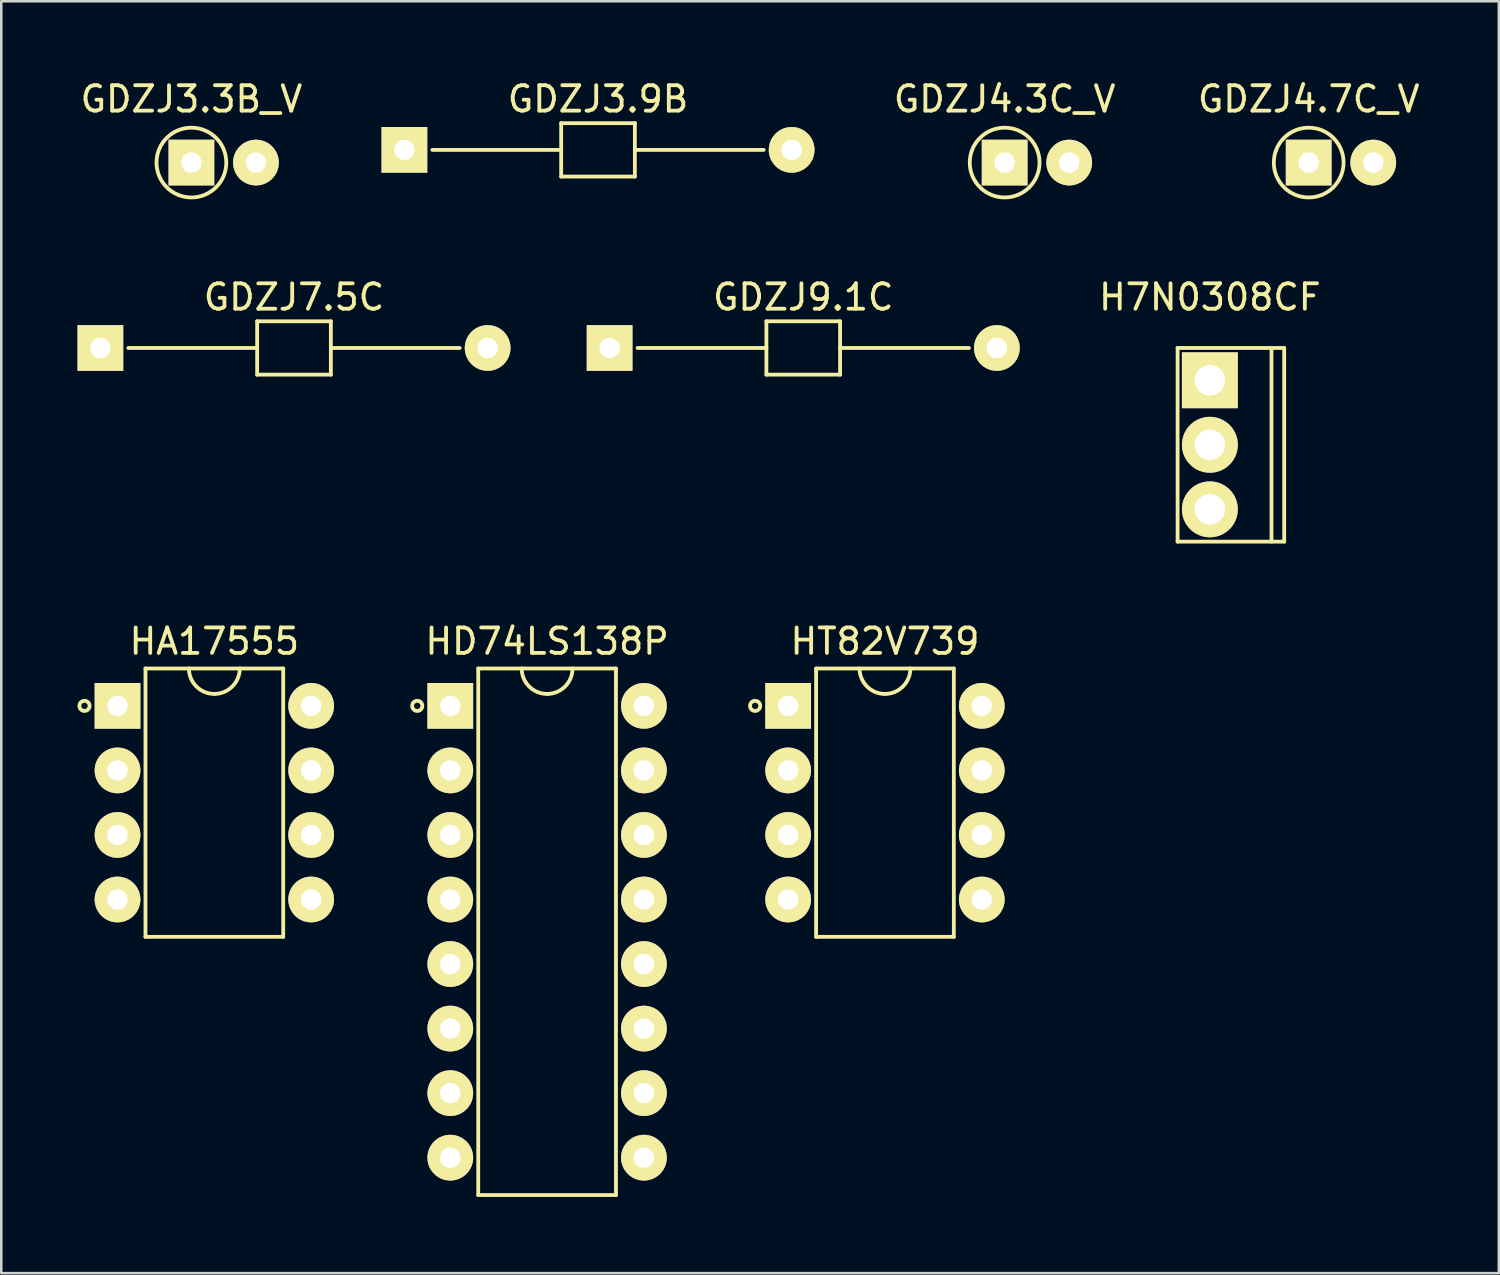
<source format=kicad_pcb>
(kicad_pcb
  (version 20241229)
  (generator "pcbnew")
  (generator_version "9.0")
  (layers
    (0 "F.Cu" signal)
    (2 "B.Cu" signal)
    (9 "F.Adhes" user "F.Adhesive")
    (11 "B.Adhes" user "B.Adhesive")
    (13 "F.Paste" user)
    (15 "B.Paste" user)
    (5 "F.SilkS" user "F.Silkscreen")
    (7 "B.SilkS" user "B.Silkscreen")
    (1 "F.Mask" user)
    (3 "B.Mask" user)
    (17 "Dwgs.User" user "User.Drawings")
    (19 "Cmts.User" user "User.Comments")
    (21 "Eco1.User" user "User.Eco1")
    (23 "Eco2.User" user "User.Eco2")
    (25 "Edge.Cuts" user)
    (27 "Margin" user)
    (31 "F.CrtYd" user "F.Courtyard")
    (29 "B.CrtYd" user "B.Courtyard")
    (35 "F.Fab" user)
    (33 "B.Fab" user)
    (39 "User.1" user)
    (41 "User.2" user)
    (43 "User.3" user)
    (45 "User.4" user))
  (footprint "H7N0308CF"
    (layer "F.Cu")
    (at 44.562 11.914)
    (property "Reference" "H7N0308CF" (at 0 -3.27 0) (layer "F.SilkS") (effects (font (size 1 1) (thickness 0.15))))
    (attr through_hole)
    (fp_line (start -1.27 -1.27) (end -1.27 6.35) (stroke (width 0.15) (type solid)) (layer "F.SilkS"))
    (fp_line (start -1.27 -1.27) (end 2.925 -1.27) (stroke (width 0.15) (type solid)) (layer "F.SilkS"))
    (fp_line (start -1.27 6.35) (end 2.925 6.35) (stroke (width 0.15) (type solid)) (layer "F.SilkS"))
    (fp_line (start 2.425 -1.27) (end 2.425 6.35) (stroke (width 0.15) (type solid)) (layer "F.SilkS"))
    (fp_line (start 2.925 -1.27) (end 2.925 6.35) (stroke (width 0.15) (type solid)) (layer "F.SilkS"))
    (pad "1" thru_hole rect (at 0 0) (size 2.2 2.2) (drill 1.2) (layers "*.Cu" "*.Mask" "F.SilkS"))
    (pad "2" thru_hole circle (at 0 2.54) (size 2.2 2.2) (drill 1.2) (layers "*.Cu" "*.Mask" "F.SilkS"))
    (pad "3" thru_hole circle (at 0 5.08) (size 2.2 2.2) (drill 1.2) (layers "*.Cu" "*.Mask" "F.SilkS")))
  (footprint "GDZJ4.3C_V"
    (layer "F.Cu")
    (at 36.486 3.348)
    (property "Reference" "GDZJ4.3C_V" (at 0 -2.5 0) (layer "F.SilkS") (effects (font (size 1 1) (thickness 0.15))))
    (attr through_hole)
    (fp_circle (center 0 0) (end 0 -1.373) (stroke (width 0.15) (type solid)) (fill no) (layer "F.SilkS"))
    (pad "1" thru_hole rect (at 0 0) (size 1.8 1.8) (drill 0.8) (layers "*.Cu" "*.Mask" "F.SilkS"))
    (pad "2" thru_hole circle (at 2.54 0) (size 1.8 1.8) (drill 0.8) (layers "*.Cu" "*.Mask" "F.SilkS")))
  (footprint "HT82V739"
    (layer "F.Cu")
    (at 27.966 24.728)
    (property "Reference" "HT82V739" (at 3.81 -2.54 0) (layer "F.SilkS") (effects (font (size 1 1) (thickness 0.15))))
    (attr through_hole)
    (fp_line (start 1.1 -1.47) (end 6.52 -1.47) (stroke (width 0.15) (type solid)) (layer "F.SilkS"))
    (fp_line (start 1.1 9.09) (end 1.1 -1.47) (stroke (width 0.15) (type solid)) (layer "F.SilkS"))
    (fp_line (start 6.52 -1.47) (end 6.52 9.09) (stroke (width 0.15) (type solid)) (layer "F.SilkS"))
    (fp_line (start 6.52 9.09) (end 1.1 9.09) (stroke (width 0.15) (type solid)) (layer "F.SilkS"))
    (fp_arc (start 3.81 -0.47) (mid 3.102893 -0.762893) (end 2.81 -1.47) (stroke (width 0.15) (type solid)) (layer "F.SilkS"))
    (fp_arc (start 4.81 -1.47) (mid 4.517107 -0.762893) (end 3.81 -0.47) (stroke (width 0.15) (type solid)) (layer "F.SilkS"))
    (fp_circle (center -1.3 0) (end -1.3 0.2) (stroke (width 0.15) (type solid)) (fill no) (layer "F.SilkS"))
    (pad "1" thru_hole rect (at 0 0) (size 1.8 1.8) (drill 0.8) (layers "*.Cu" "*.Mask" "F.SilkS"))
    (pad "2" thru_hole circle (at 0 2.54) (size 1.8 1.8) (drill 0.8) (layers "*.Cu" "*.Mask" "F.SilkS"))
    (pad "3" thru_hole circle (at 0 5.08) (size 1.8 1.8) (drill 0.8) (layers "*.Cu" "*.Mask" "F.SilkS"))
    (pad "4" thru_hole circle (at 0 7.62) (size 1.8 1.8) (drill 0.8) (layers "*.Cu" "*.Mask" "F.SilkS"))
    (pad "5" thru_hole circle (at 7.62 7.62) (size 1.8 1.8) (drill 0.8) (layers "*.Cu" "*.Mask" "F.SilkS"))
    (pad "6" thru_hole circle (at 7.62 5.08) (size 1.8 1.8) (drill 0.8) (layers "*.Cu" "*.Mask" "F.SilkS"))
    (pad "7" thru_hole circle (at 7.62 2.54) (size 1.8 1.8) (drill 0.8) (layers "*.Cu" "*.Mask" "F.SilkS"))
    (pad "8" thru_hole circle (at 7.62 0) (size 1.8 1.8) (drill 0.8) (layers "*.Cu" "*.Mask" "F.SilkS")))
  (footprint "HA17555"
    (layer "F.Cu")
    (at 1.575 24.728)
    (property "Reference" "HA17555" (at 3.81 -2.54 0) (layer "F.SilkS") (effects (font (size 1 1) (thickness 0.15))))
    (attr through_hole)
    (fp_line (start 1.1 -1.47) (end 6.52 -1.47) (stroke (width 0.15) (type solid)) (layer "F.SilkS"))
    (fp_line (start 1.1 9.09) (end 1.1 -1.47) (stroke (width 0.15) (type solid)) (layer "F.SilkS"))
    (fp_line (start 6.52 -1.47) (end 6.52 9.09) (stroke (width 0.15) (type solid)) (layer "F.SilkS"))
    (fp_line (start 6.52 9.09) (end 1.1 9.09) (stroke (width 0.15) (type solid)) (layer "F.SilkS"))
    (fp_arc (start 3.81 -0.47) (mid 3.102893 -0.762893) (end 2.81 -1.47) (stroke (width 0.15) (type solid)) (layer "F.SilkS"))
    (fp_arc (start 4.81 -1.47) (mid 4.517107 -0.762893) (end 3.81 -0.47) (stroke (width 0.15) (type solid)) (layer "F.SilkS"))
    (fp_circle (center -1.3 0) (end -1.3 0.2) (stroke (width 0.15) (type solid)) (fill no) (layer "F.SilkS"))
    (pad "1" thru_hole rect (at 0 0) (size 1.8 1.8) (drill 0.8) (layers "*.Cu" "*.Mask" "F.SilkS"))
    (pad "2" thru_hole circle (at 0 2.54) (size 1.8 1.8) (drill 0.8) (layers "*.Cu" "*.Mask" "F.SilkS"))
    (pad "3" thru_hole circle (at 0 5.08) (size 1.8 1.8) (drill 0.8) (layers "*.Cu" "*.Mask" "F.SilkS"))
    (pad "4" thru_hole circle (at 0 7.62) (size 1.8 1.8) (drill 0.8) (layers "*.Cu" "*.Mask" "F.SilkS"))
    (pad "5" thru_hole circle (at 7.62 7.62) (size 1.8 1.8) (drill 0.8) (layers "*.Cu" "*.Mask" "F.SilkS"))
    (pad "6" thru_hole circle (at 7.62 5.08) (size 1.8 1.8) (drill 0.8) (layers "*.Cu" "*.Mask" "F.SilkS"))
    (pad "7" thru_hole circle (at 7.62 2.54) (size 1.8 1.8) (drill 0.8) (layers "*.Cu" "*.Mask" "F.SilkS"))
    (pad "8" thru_hole circle (at 7.62 0) (size 1.8 1.8) (drill 0.8) (layers "*.Cu" "*.Mask" "F.SilkS")))
  (footprint "GDZJ4.7C_V"
    (layer "F.Cu")
    (at 48.451 3.348)
    (property "Reference" "GDZJ4.7C_V" (at 0 -2.5 0) (layer "F.SilkS") (effects (font (size 1 1) (thickness 0.15))))
    (attr through_hole)
    (fp_circle (center 0 0) (end 0 -1.373) (stroke (width 0.15) (type solid)) (fill no) (layer "F.SilkS"))
    (pad "1" thru_hole rect (at 0 0) (size 1.8 1.8) (drill 0.8) (layers "*.Cu" "*.Mask" "F.SilkS"))
    (pad "2" thru_hole circle (at 2.54 0) (size 1.8 1.8) (drill 0.8) (layers "*.Cu" "*.Mask" "F.SilkS")))
  (footprint "GDZJ3.3B_V"
    (layer "F.Cu")
    (at 4.482 3.348)
    (property "Reference" "GDZJ3.3B_V" (at 0 -2.5 0) (layer "F.SilkS") (effects (font (size 1 1) (thickness 0.15))))
    (attr through_hole)
    (fp_circle (center 0 0) (end 0 -1.373) (stroke (width 0.15) (type solid)) (fill no) (layer "F.SilkS"))
    (pad "1" thru_hole rect (at 0 0) (size 1.8 1.8) (drill 0.8) (layers "*.Cu" "*.Mask" "F.SilkS"))
    (pad "2" thru_hole circle (at 2.54 0) (size 1.8 1.8) (drill 0.8) (layers "*.Cu" "*.Mask" "F.SilkS")))
  (footprint "GDZJ7.5C"
    (layer "F.Cu")
    (at 0.9 10.644)
    (property "Reference" "GDZJ7.5C" (at 7.62 -2 0) (layer "F.SilkS") (effects (font (size 1 1) (thickness 0.15))))
    (attr through_hole)
    (fp_line (start 1.1 0) (end 6.17 0) (stroke (width 0.15) (type solid)) (layer "F.SilkS"))
    (fp_line (start 6.17 -1.05) (end 6.17 1.05) (stroke (width 0.15) (type solid)) (layer "F.SilkS"))
    (fp_line (start 6.17 -1.05) (end 9.07 -1.05) (stroke (width 0.15) (type solid)) (layer "F.SilkS"))
    (fp_line (start 6.17 1.05) (end 9.07 1.05) (stroke (width 0.15) (type solid)) (layer "F.SilkS"))
    (fp_line (start 9.07 0) (end 14.14 0) (stroke (width 0.15) (type solid)) (layer "F.SilkS"))
    (fp_line (start 9.07 1.05) (end 9.07 -1.05) (stroke (width 0.15) (type solid)) (layer "F.SilkS"))
    (pad "1" thru_hole rect (at 0 0) (size 1.8 1.8) (drill 0.8) (layers "*.Cu" "*.Mask" "F.SilkS"))
    (pad "2" thru_hole circle (at 15.24 0) (size 1.8 1.8) (drill 0.8) (layers "*.Cu" "*.Mask" "F.SilkS")))
  (footprint "HD74LS138P"
    (layer "F.Cu")
    (at 14.67 24.728)
    (property "Reference" "HD74LS138P" (at 3.81 -2.54 0) (layer "F.SilkS") (effects (font (size 1 1) (thickness 0.15))))
    (attr through_hole)
    (fp_line (start 1.1 -1.47) (end 6.52 -1.47) (stroke (width 0.15) (type solid)) (layer "F.SilkS"))
    (fp_line (start 1.1 19.25) (end 1.1 -1.47) (stroke (width 0.15) (type solid)) (layer "F.SilkS"))
    (fp_line (start 6.52 -1.47) (end 6.52 19.25) (stroke (width 0.15) (type solid)) (layer "F.SilkS"))
    (fp_line (start 6.52 19.25) (end 1.1 19.25) (stroke (width 0.15) (type solid)) (layer "F.SilkS"))
    (fp_arc (start 3.81 -0.47) (mid 3.102893 -0.762893) (end 2.81 -1.47) (stroke (width 0.15) (type solid)) (layer "F.SilkS"))
    (fp_arc (start 4.81 -1.47) (mid 4.517107 -0.762893) (end 3.81 -0.47) (stroke (width 0.15) (type solid)) (layer "F.SilkS"))
    (fp_circle (center -1.3 0) (end -1.3 0.2) (stroke (width 0.15) (type solid)) (fill no) (layer "F.SilkS"))
    (pad "1" thru_hole rect (at 0 0) (size 1.8 1.8) (drill 0.8) (layers "*.Cu" "*.Mask" "F.SilkS"))
    (pad "2" thru_hole circle (at 0 2.54) (size 1.8 1.8) (drill 0.8) (layers "*.Cu" "*.Mask" "F.SilkS"))
    (pad "3" thru_hole circle (at 0 5.08) (size 1.8 1.8) (drill 0.8) (layers "*.Cu" "*.Mask" "F.SilkS"))
    (pad "4" thru_hole circle (at 0 7.62) (size 1.8 1.8) (drill 0.8) (layers "*.Cu" "*.Mask" "F.SilkS"))
    (pad "5" thru_hole circle (at 0 10.16) (size 1.8 1.8) (drill 0.8) (layers "*.Cu" "*.Mask" "F.SilkS"))
    (pad "6" thru_hole circle (at 0 12.7) (size 1.8 1.8) (drill 0.8) (layers "*.Cu" "*.Mask" "F.SilkS"))
    (pad "7" thru_hole circle (at 0 15.24) (size 1.8 1.8) (drill 0.8) (layers "*.Cu" "*.Mask" "F.SilkS"))
    (pad "8" thru_hole circle (at 0 17.78) (size 1.8 1.8) (drill 0.8) (layers "*.Cu" "*.Mask" "F.SilkS"))
    (pad "9" thru_hole circle (at 7.62 17.78) (size 1.8 1.8) (drill 0.8) (layers "*.Cu" "*.Mask" "F.SilkS"))
    (pad "10" thru_hole circle (at 7.62 15.24) (size 1.8 1.8) (drill 0.8) (layers "*.Cu" "*.Mask" "F.SilkS"))
    (pad "11" thru_hole circle (at 7.62 12.7) (size 1.8 1.8) (drill 0.8) (layers "*.Cu" "*.Mask" "F.SilkS"))
    (pad "12" thru_hole circle (at 7.62 10.16) (size 1.8 1.8) (drill 0.8) (layers "*.Cu" "*.Mask" "F.SilkS"))
    (pad "13" thru_hole circle (at 7.62 7.62) (size 1.8 1.8) (drill 0.8) (layers "*.Cu" "*.Mask" "F.SilkS"))
    (pad "14" thru_hole circle (at 7.62 5.08) (size 1.8 1.8) (drill 0.8) (layers "*.Cu" "*.Mask" "F.SilkS"))
    (pad "15" thru_hole circle (at 7.62 2.54) (size 1.8 1.8) (drill 0.8) (layers "*.Cu" "*.Mask" "F.SilkS"))
    (pad "16" thru_hole circle (at 7.62 0) (size 1.8 1.8) (drill 0.8) (layers "*.Cu" "*.Mask" "F.SilkS")))
  (footprint "GDZJ3.9B"
    (layer "F.Cu")
    (at 12.864 2.848)
    (property "Reference" "GDZJ3.9B" (at 7.62 -2 0) (layer "F.SilkS") (effects (font (size 1 1) (thickness 0.15))))
    (attr through_hole)
    (fp_line (start 1.1 0) (end 6.17 0) (stroke (width 0.15) (type solid)) (layer "F.SilkS"))
    (fp_line (start 6.17 -1.05) (end 6.17 1.05) (stroke (width 0.15) (type solid)) (layer "F.SilkS"))
    (fp_line (start 6.17 -1.05) (end 9.07 -1.05) (stroke (width 0.15) (type solid)) (layer "F.SilkS"))
    (fp_line (start 6.17 1.05) (end 9.07 1.05) (stroke (width 0.15) (type solid)) (layer "F.SilkS"))
    (fp_line (start 9.07 0) (end 14.14 0) (stroke (width 0.15) (type solid)) (layer "F.SilkS"))
    (fp_line (start 9.07 1.05) (end 9.07 -1.05) (stroke (width 0.15) (type solid)) (layer "F.SilkS"))
    (pad "1" thru_hole rect (at 0 0) (size 1.8 1.8) (drill 0.8) (layers "*.Cu" "*.Mask" "F.SilkS"))
    (pad "2" thru_hole circle (at 15.24 0) (size 1.8 1.8) (drill 0.8) (layers "*.Cu" "*.Mask" "F.SilkS")))
  (footprint "GDZJ9.1C"
    (layer "F.Cu")
    (at 20.94 10.644)
    (property "Reference" "GDZJ9.1C" (at 7.62 -2 0) (layer "F.SilkS") (effects (font (size 1 1) (thickness 0.15))))
    (attr through_hole)
    (fp_line (start 1.1 0) (end 6.17 0) (stroke (width 0.15) (type solid)) (layer "F.SilkS"))
    (fp_line (start 6.17 -1.05) (end 6.17 1.05) (stroke (width 0.15) (type solid)) (layer "F.SilkS"))
    (fp_line (start 6.17 -1.05) (end 9.07 -1.05) (stroke (width 0.15) (type solid)) (layer "F.SilkS"))
    (fp_line (start 6.17 1.05) (end 9.07 1.05) (stroke (width 0.15) (type solid)) (layer "F.SilkS"))
    (fp_line (start 9.07 0) (end 14.14 0) (stroke (width 0.15) (type solid)) (layer "F.SilkS"))
    (fp_line (start 9.07 1.05) (end 9.07 -1.05) (stroke (width 0.15) (type solid)) (layer "F.SilkS"))
    (pad "1" thru_hole rect (at 0 0) (size 1.8 1.8) (drill 0.8) (layers "*.Cu" "*.Mask" "F.SilkS"))
    (pad "2" thru_hole circle (at 15.24 0) (size 1.8 1.8) (drill 0.8) (layers "*.Cu" "*.Mask" "F.SilkS")))
  (gr_rect
    (start -3 -3)
    (end 55.933 47.053)
    (stroke (width 0.1) (type default))
    (fill no)
    (layer "Edge.Cuts")))
</source>
